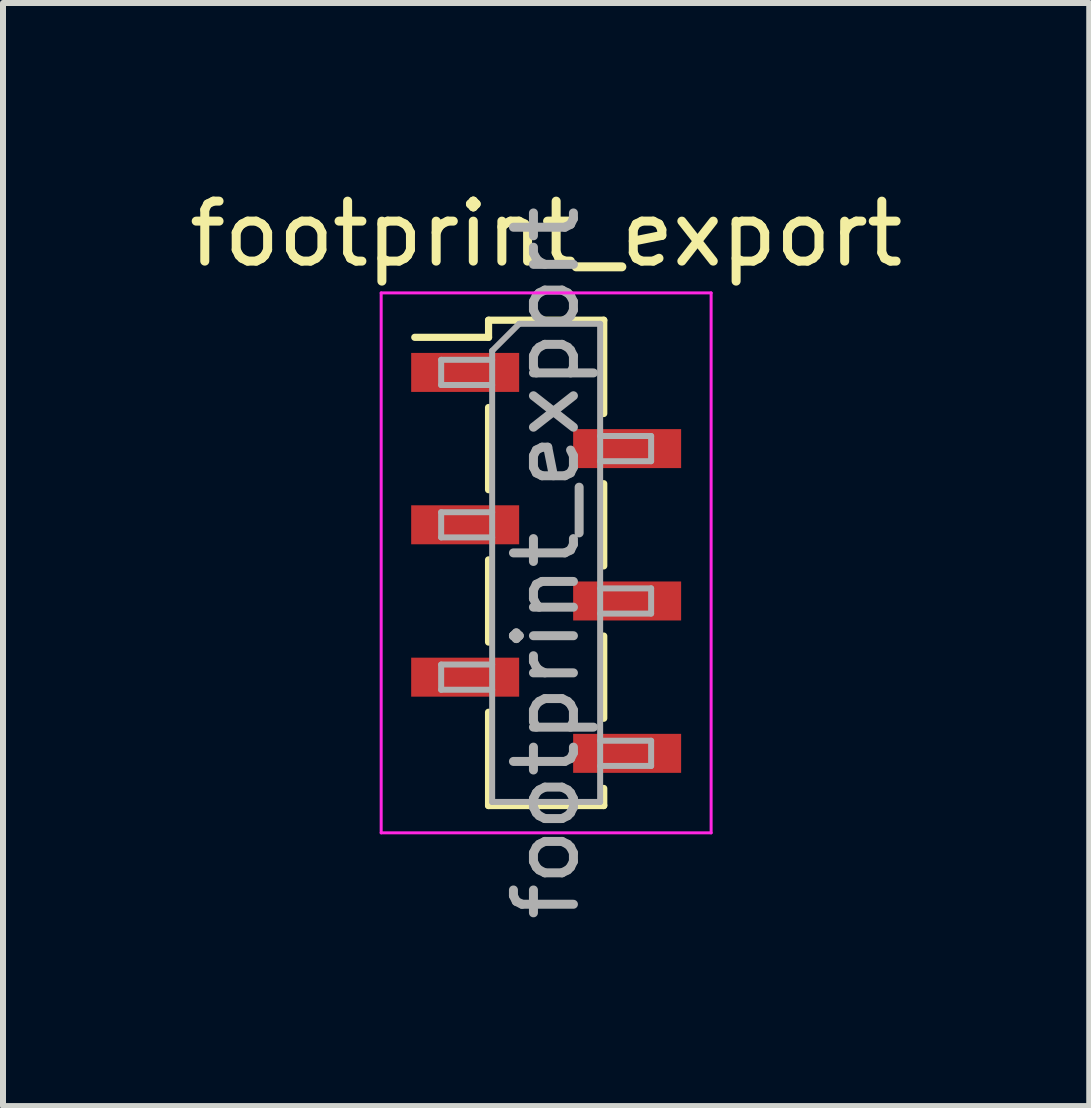
<source format=kicad_pcb>
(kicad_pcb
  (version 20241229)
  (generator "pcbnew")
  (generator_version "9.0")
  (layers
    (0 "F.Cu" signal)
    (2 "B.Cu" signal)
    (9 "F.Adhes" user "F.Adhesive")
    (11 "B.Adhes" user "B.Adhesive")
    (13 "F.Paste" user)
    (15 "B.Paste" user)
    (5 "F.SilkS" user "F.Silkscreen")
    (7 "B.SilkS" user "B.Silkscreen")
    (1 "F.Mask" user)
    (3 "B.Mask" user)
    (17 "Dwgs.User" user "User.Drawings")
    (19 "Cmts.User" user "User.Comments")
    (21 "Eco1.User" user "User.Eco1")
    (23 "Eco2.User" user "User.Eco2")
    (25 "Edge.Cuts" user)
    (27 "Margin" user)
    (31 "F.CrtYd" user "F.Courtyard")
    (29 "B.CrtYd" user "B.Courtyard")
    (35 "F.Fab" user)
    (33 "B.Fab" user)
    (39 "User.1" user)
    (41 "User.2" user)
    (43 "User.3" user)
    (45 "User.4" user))
  (footprint "footprint_export"
    (layer "F.Cu")
    (at 6.054 6.333)
    (property "Reference" "footprint_export" (at 0 -5.485 0) (layer "F.SilkS") (effects (font (size 1 1) (thickness 0.15))))
    (attr smd)
    (fp_line (start -2.19 -3.76) (end -0.96 -3.76) (stroke (width 0.12) (type solid)) (layer "F.SilkS"))
    (fp_line (start -0.96 -4.045) (end -0.96 -3.76) (stroke (width 0.12) (type solid)) (layer "F.SilkS"))
    (fp_line (start -0.96 -4.045) (end 0.96 -4.045) (stroke (width 0.12) (type solid)) (layer "F.SilkS"))
    (fp_line (start -0.96 -2.59) (end -0.96 -1.22) (stroke (width 0.12) (type solid)) (layer "F.SilkS"))
    (fp_line (start -0.96 -0.05) (end -0.96 1.32) (stroke (width 0.12) (type solid)) (layer "F.SilkS"))
    (fp_line (start -0.96 2.49) (end -0.96 4.045) (stroke (width 0.12) (type solid)) (layer "F.SilkS"))
    (fp_line (start -0.96 4.045) (end 0.96 4.045) (stroke (width 0.12) (type solid)) (layer "F.SilkS"))
    (fp_line (start 0.96 -4.045) (end 0.96 -2.49) (stroke (width 0.12) (type solid)) (layer "F.SilkS"))
    (fp_line (start 0.96 -1.32) (end 0.96 0.05) (stroke (width 0.12) (type solid)) (layer "F.SilkS"))
    (fp_line (start 0.96 1.22) (end 0.96 2.59) (stroke (width 0.12) (type solid)) (layer "F.SilkS"))
    (fp_line (start 0.96 3.76) (end 0.96 4.045) (stroke (width 0.12) (type solid)) (layer "F.SilkS"))
    (fp_line (start -2.75 -4.5) (end 2.75 -4.5) (stroke (width 0.05) (type solid)) (layer "F.CrtYd"))
    (fp_line (start -2.75 4.5) (end -2.75 -4.5) (stroke (width 0.05) (type solid)) (layer "F.CrtYd"))
    (fp_line (start 2.75 -4.5) (end 2.75 4.5) (stroke (width 0.05) (type solid)) (layer "F.CrtYd"))
    (fp_line (start 2.75 4.5) (end -2.75 4.5) (stroke (width 0.05) (type solid)) (layer "F.CrtYd"))
    (fp_line (start -1.75 -3.385) (end -0.9 -3.385) (stroke (width 0.1) (type solid)) (layer "F.Fab"))
    (fp_line (start -1.75 -2.965) (end -1.75 -3.385) (stroke (width 0.1) (type solid)) (layer "F.Fab"))
    (fp_line (start -1.75 -0.845) (end -0.9 -0.845) (stroke (width 0.1) (type solid)) (layer "F.Fab"))
    (fp_line (start -1.75 -0.425) (end -1.75 -0.845) (stroke (width 0.1) (type solid)) (layer "F.Fab"))
    (fp_line (start -1.75 1.695) (end -0.9 1.695) (stroke (width 0.1) (type solid)) (layer "F.Fab"))
    (fp_line (start -1.75 2.115) (end -1.75 1.695) (stroke (width 0.1) (type solid)) (layer "F.Fab"))
    (fp_line (start -0.9 -3.535) (end -0.45 -3.985) (stroke (width 0.1) (type solid)) (layer "F.Fab"))
    (fp_line (start -0.9 -2.965) (end -1.75 -2.965) (stroke (width 0.1) (type solid)) (layer "F.Fab"))
    (fp_line (start -0.9 -0.425) (end -1.75 -0.425) (stroke (width 0.1) (type solid)) (layer "F.Fab"))
    (fp_line (start -0.9 2.115) (end -1.75 2.115) (stroke (width 0.1) (type solid)) (layer "F.Fab"))
    (fp_line (start -0.9 3.985) (end -0.9 -3.535) (stroke (width 0.1) (type solid)) (layer "F.Fab"))
    (fp_line (start -0.45 -3.985) (end 0.9 -3.985) (stroke (width 0.1) (type solid)) (layer "F.Fab"))
    (fp_line (start 0.9 -3.985) (end 0.9 3.985) (stroke (width 0.1) (type solid)) (layer "F.Fab"))
    (fp_line (start 0.9 -2.115) (end 1.75 -2.115) (stroke (width 0.1) (type solid)) (layer "F.Fab"))
    (fp_line (start 0.9 0.425) (end 1.75 0.425) (stroke (width 0.1) (type solid)) (layer "F.Fab"))
    (fp_line (start 0.9 2.965) (end 1.75 2.965) (stroke (width 0.1) (type solid)) (layer "F.Fab"))
    (fp_line (start 0.9 3.985) (end -0.9 3.985) (stroke (width 0.1) (type solid)) (layer "F.Fab"))
    (fp_line (start 1.75 -2.115) (end 1.75 -1.695) (stroke (width 0.1) (type solid)) (layer "F.Fab"))
    (fp_line (start 1.75 -1.695) (end 0.9 -1.695) (stroke (width 0.1) (type solid)) (layer "F.Fab"))
    (fp_line (start 1.75 0.425) (end 1.75 0.845) (stroke (width 0.1) (type solid)) (layer "F.Fab"))
    (fp_line (start 1.75 0.845) (end 0.9 0.845) (stroke (width 0.1) (type solid)) (layer "F.Fab"))
    (fp_line (start 1.75 2.965) (end 1.75 3.385) (stroke (width 0.1) (type solid)) (layer "F.Fab"))
    (fp_line (start 1.75 3.385) (end 0.9 3.385) (stroke (width 0.1) (type solid)) (layer "F.Fab"))
    (fp_text user "${REFERENCE}" (at 0 0 90) (layer "F.Fab") (effects (font (size 1 1) (thickness 0.15))))
    (pad "1" smd rect (at -1.35 -3.175) (size 1.8 0.65) (layers "F.Cu" "F.Mask" "F.Paste"))
    (pad "2" smd rect (at 1.35 -1.905) (size 1.8 0.65) (layers "F.Cu" "F.Mask" "F.Paste"))
    (pad "3" smd rect (at -1.35 -0.635) (size 1.8 0.65) (layers "F.Cu" "F.Mask" "F.Paste"))
    (pad "4" smd rect (at 1.35 0.635) (size 1.8 0.65) (layers "F.Cu" "F.Mask" "F.Paste"))
    (pad "5" smd rect (at -1.35 1.905) (size 1.8 0.65) (layers "F.Cu" "F.Mask" "F.Paste"))
    (pad "6" smd rect (at 1.35 3.175) (size 1.8 0.65) (layers "F.Cu" "F.Mask" "F.Paste")))
  (gr_rect
    (start -3 -3)
    (end 15.107 15.387)
    (stroke (width 0.1) (type default))
    (fill no)
    (layer "Edge.Cuts")))
</source>
